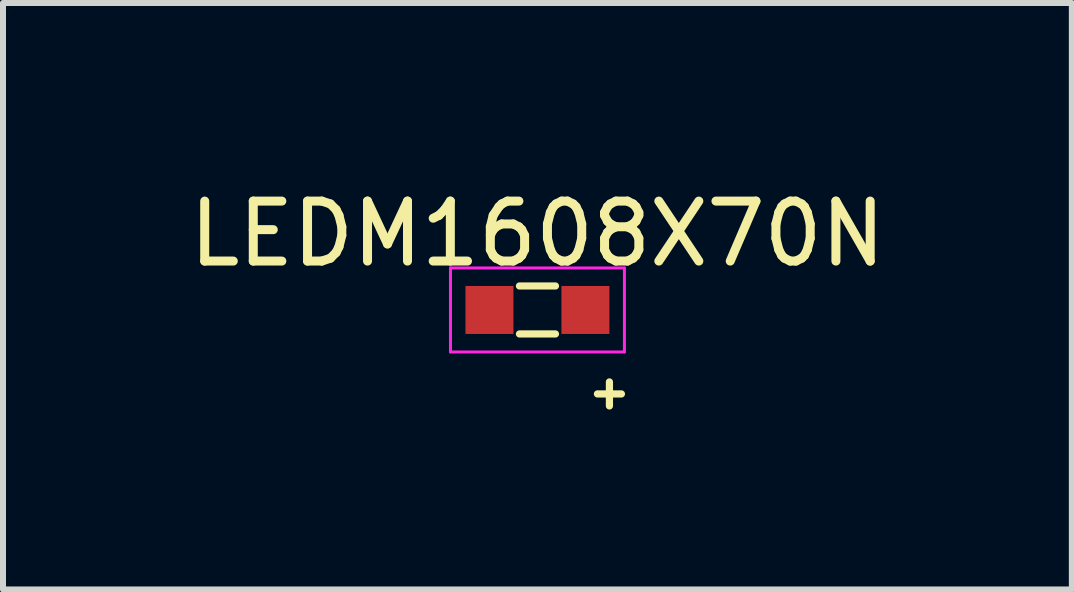
<source format=kicad_pcb>
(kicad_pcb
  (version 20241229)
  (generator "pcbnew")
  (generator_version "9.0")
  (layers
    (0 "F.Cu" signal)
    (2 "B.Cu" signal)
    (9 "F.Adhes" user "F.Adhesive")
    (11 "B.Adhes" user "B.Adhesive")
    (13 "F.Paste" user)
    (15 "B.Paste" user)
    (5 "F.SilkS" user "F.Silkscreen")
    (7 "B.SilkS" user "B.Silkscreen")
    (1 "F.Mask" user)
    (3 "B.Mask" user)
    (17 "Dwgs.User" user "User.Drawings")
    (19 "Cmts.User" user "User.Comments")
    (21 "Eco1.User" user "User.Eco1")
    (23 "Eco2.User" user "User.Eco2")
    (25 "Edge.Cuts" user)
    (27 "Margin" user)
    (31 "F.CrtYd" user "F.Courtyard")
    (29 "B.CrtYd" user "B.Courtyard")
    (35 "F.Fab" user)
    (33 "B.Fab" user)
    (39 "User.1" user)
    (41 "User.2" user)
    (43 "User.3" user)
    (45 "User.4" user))
  (footprint "LEDM1608X70N"
    (layer "F.Cu")
    (at 5.911 2.118)
    (property "Reference" "LEDM1608X70N" (at 0 -1.27 0) (layer "F.SilkS") (effects (font (size 1 1) (thickness 0.15))))
    (attr through_hole)
    (fp_line (start -0.3 -0.4) (end 0.3 -0.4) (stroke (width 0.12) (type solid)) (layer "F.SilkS"))
    (fp_line (start -0.3 0.4) (end 0.3 0.4) (stroke (width 0.12) (type solid)) (layer "F.SilkS"))
    (fp_line (start 1 1.4) (end 1.4 1.4) (stroke (width 0.12) (type solid)) (layer "F.SilkS"))
    (fp_line (start 1.2 1.2) (end 1.2 1.6) (stroke (width 0.12) (type solid)) (layer "F.SilkS"))
    (fp_line (start -1.45 -0.7) (end -1.45 0.7) (stroke (width 0.05) (type solid)) (layer "F.CrtYd"))
    (fp_line (start -1.45 0.7) (end 1.45 0.7) (stroke (width 0.05) (type solid)) (layer "F.CrtYd"))
    (fp_line (start 1.45 -0.7) (end -1.45 -0.7) (stroke (width 0.05) (type solid)) (layer "F.CrtYd"))
    (fp_line (start 1.45 0.7) (end 1.45 -0.7) (stroke (width 0.05) (type solid)) (layer "F.CrtYd"))
    (pad "1" smd rect (at -0.8 0) (size 0.8 0.8) (layers "F.Cu" "F.Mask" "F.Paste"))
    (pad "2" smd rect (at 0.8 0) (size 0.8 0.8) (layers "F.Cu" "F.Mask" "F.Paste")))
  (gr_rect
    (start -3 -3)
    (end 14.821 6.778)
    (stroke (width 0.1) (type default))
    (fill no)
    (layer "Edge.Cuts")))
</source>
